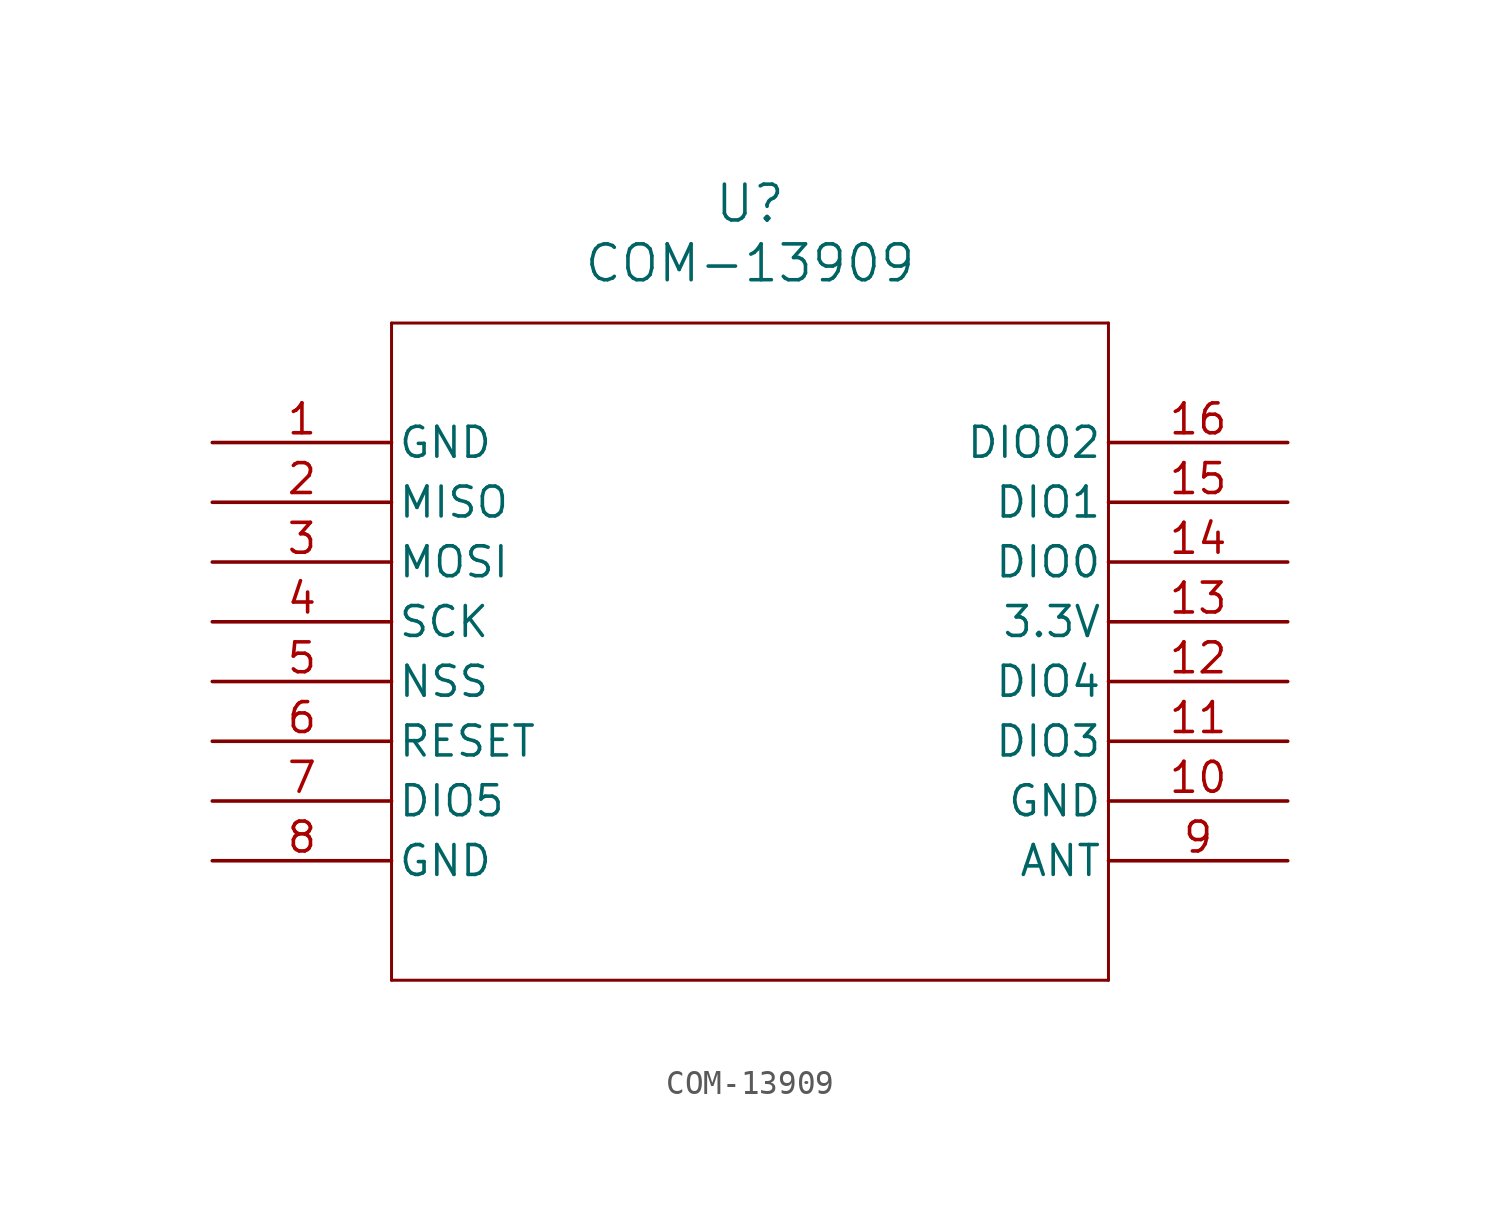
<source format=kicad_sym>
(kicad_symbol_lib
  (version 20211014)
  (generator kicad_symbol_editor)
  (symbol "COM-13909"
    (pin_names
      (offset 0.254))
    (property "Reference" "U"
      (at 22.86 10.16 0)
      (effects (font (size 1.524 1.524))))
    (property "Value" "COM-13909"
      (at 22.86 7.62 0)
      (effects (font (size 1.524 1.524))))
    (symbol "COM-13909_0_1"
      (polyline (pts (xy 7.62 5.08) (xy 7.62 -22.86)) (stroke (width 0.127) (type default) (color 0 0 0 0)) (fill (type none)))
      (polyline (pts (xy 7.62 -22.86) (xy 38.1 -22.86)) (stroke (width 0.127) (type default) (color 0 0 0 0)) (fill (type none)))
      (polyline (pts (xy 38.1 -22.86) (xy 38.1 5.08)) (stroke (width 0.127) (type default) (color 0 0 0 0)) (fill (type none)))
      (polyline (pts (xy 38.1 5.08) (xy 7.62 5.08)) (stroke (width 0.127) (type default) (color 0 0 0 0)) (fill (type none)))
      (pin power_out line (at 0 0 0) (length 7.62) (name "GND" (effects (font (size 1.27 1.27)))) (number "1" (effects (font (size 1.27 1.27)))))
      (pin input line (at 0 -2.54 0) (length 7.62) (name "MISO" (effects (font (size 1.27 1.27)))) (number "2" (effects (font (size 1.27 1.27)))))
      (pin output line (at 0 -5.08 0) (length 7.62) (name "MOSI" (effects (font (size 1.27 1.27)))) (number "3" (effects (font (size 1.27 1.27)))))
      (pin input line (at 0 -7.62 0) (length 7.62) (name "SCK" (effects (font (size 1.27 1.27)))) (number "4" (effects (font (size 1.27 1.27)))))
      (pin input line (at 0 -10.16 0) (length 7.62) (name "NSS" (effects (font (size 1.27 1.27)))) (number "5" (effects (font (size 1.27 1.27)))))
      (pin bidirectional line (at 0 -12.7 0) (length 7.62) (name "RESET" (effects (font (size 1.27 1.27)))) (number "6" (effects (font (size 1.27 1.27)))))
      (pin bidirectional line (at 0 -15.24 0) (length 7.62) (name "DIO5" (effects (font (size 1.27 1.27)))) (number "7" (effects (font (size 1.27 1.27)))))
      (pin power_out line (at 0 -17.78 0) (length 7.62) (name "GND" (effects (font (size 1.27 1.27)))) (number "8" (effects (font (size 1.27 1.27)))))
      (pin unspecified line (at 45.72 -17.78 180) (length 7.62) (name "ANT" (effects (font (size 1.27 1.27)))) (number "9" (effects (font (size 1.27 1.27)))))
      (pin power_out line (at 45.72 -15.24 180) (length 7.62) (name "GND" (effects (font (size 1.27 1.27)))) (number "10" (effects (font (size 1.27 1.27)))))
      (pin bidirectional line (at 45.72 -12.7 180) (length 7.62) (name "DIO3" (effects (font (size 1.27 1.27)))) (number "11" (effects (font (size 1.27 1.27)))))
      (pin bidirectional line (at 45.72 -10.16 180) (length 7.62) (name "DIO4" (effects (font (size 1.27 1.27)))) (number "12" (effects (font (size 1.27 1.27)))))
      (pin power_in line (at 45.72 -7.62 180) (length 7.62) (name "3.3V" (effects (font (size 1.27 1.27)))) (number "13" (effects (font (size 1.27 1.27)))))
      (pin bidirectional line (at 45.72 -5.08 180) (length 7.62) (name "DIO0" (effects (font (size 1.27 1.27)))) (number "14" (effects (font (size 1.27 1.27)))))
      (pin bidirectional line (at 45.72 -2.54 180) (length 7.62) (name "DIO1" (effects (font (size 1.27 1.27)))) (number "15" (effects (font (size 1.27 1.27)))))
      (pin bidirectional line (at 45.72 0 180) (length 7.62) (name "DIO02" (effects (font (size 1.27 1.27)))) (number "16" (effects (font (size 1.27 1.27))))))))
</source>
